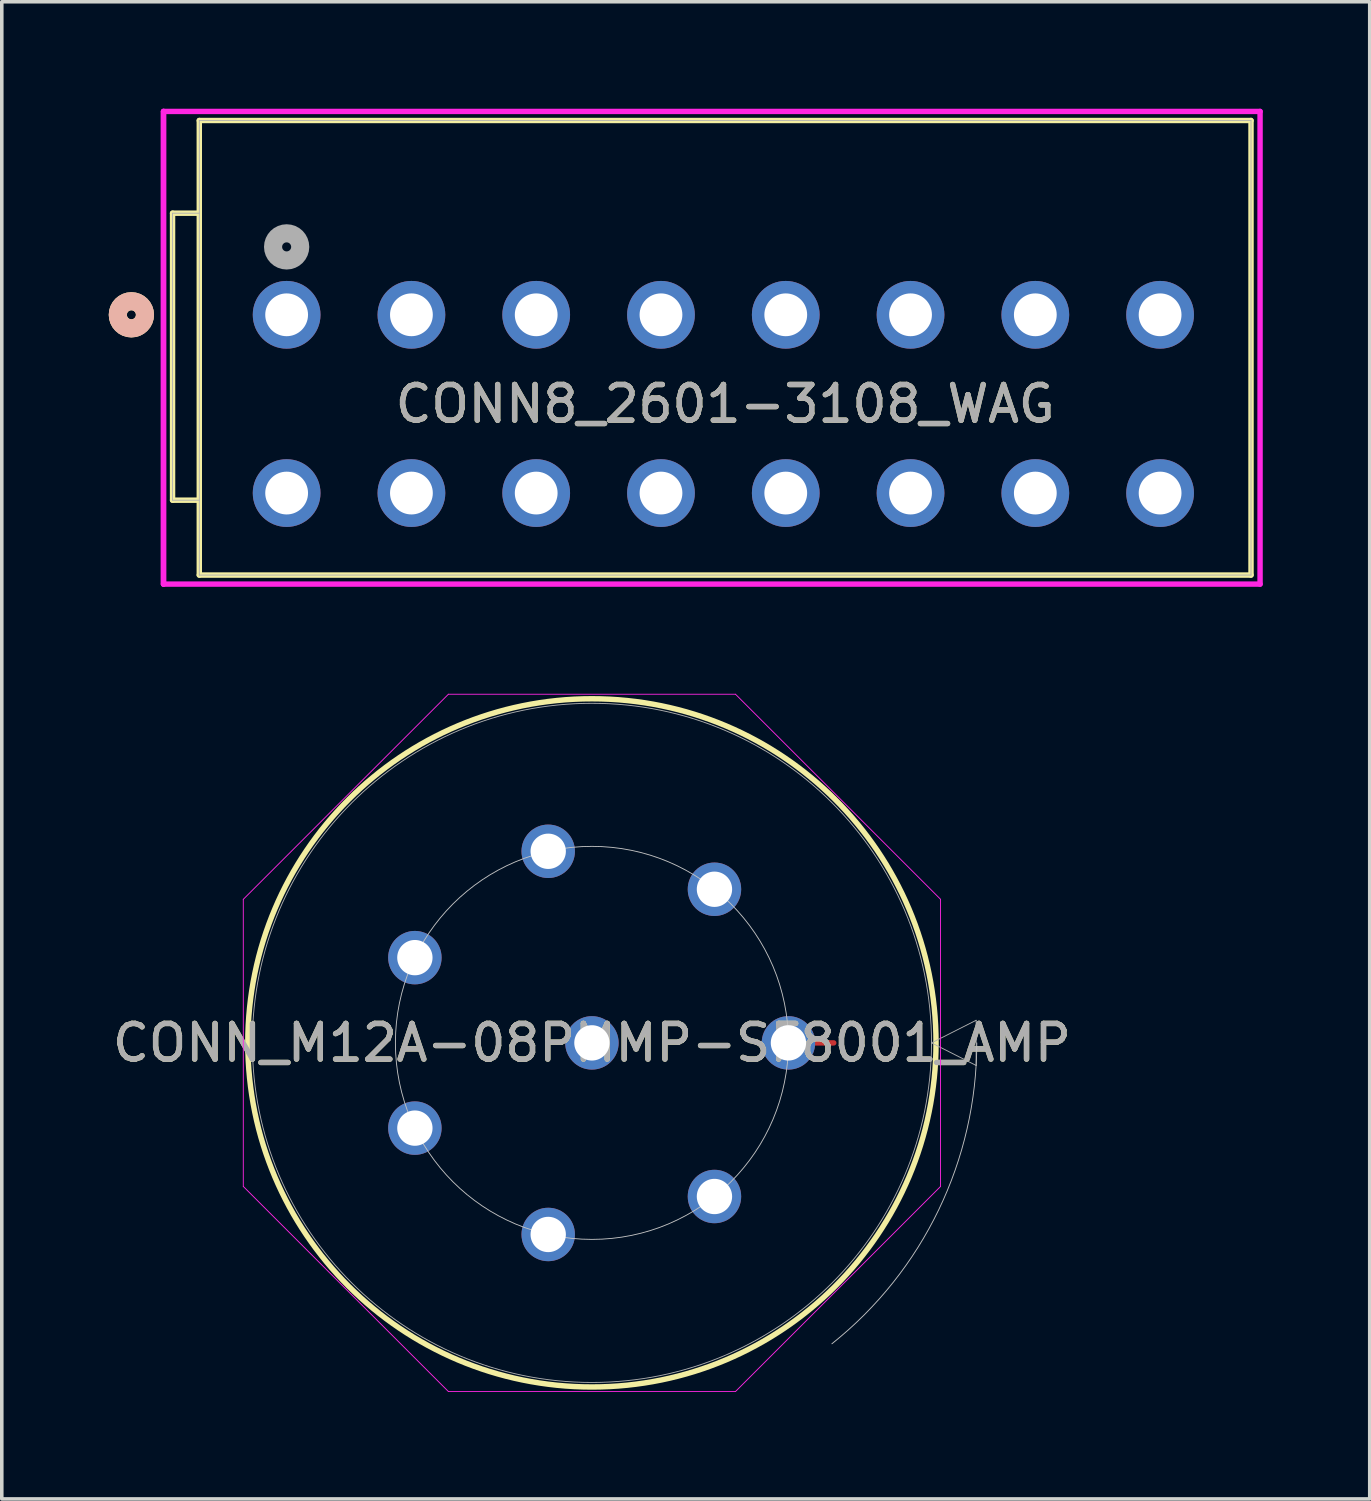
<source format=kicad_pcb>
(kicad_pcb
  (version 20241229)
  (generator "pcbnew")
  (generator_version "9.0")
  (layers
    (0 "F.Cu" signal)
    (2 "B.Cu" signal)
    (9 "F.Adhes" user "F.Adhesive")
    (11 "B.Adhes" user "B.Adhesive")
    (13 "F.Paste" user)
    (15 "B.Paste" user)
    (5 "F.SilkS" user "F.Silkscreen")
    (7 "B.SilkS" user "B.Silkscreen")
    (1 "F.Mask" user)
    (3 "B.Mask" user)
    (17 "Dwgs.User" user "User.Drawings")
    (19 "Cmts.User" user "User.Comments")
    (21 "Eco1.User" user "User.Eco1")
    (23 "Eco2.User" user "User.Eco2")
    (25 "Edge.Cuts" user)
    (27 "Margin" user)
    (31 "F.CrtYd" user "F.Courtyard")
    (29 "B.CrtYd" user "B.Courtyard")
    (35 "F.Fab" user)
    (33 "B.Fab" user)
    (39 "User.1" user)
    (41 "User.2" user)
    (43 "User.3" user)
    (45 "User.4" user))
  (footprint "CONN8_2601-3108_WAG"
    (layer "F.Cu")
    (at 4.99 5.78)
    (property "Reference" "CONN8_2601-3108_WAG" (at 12.3 2.5 0) (unlocked yes) (layer "F.SilkS") (effects (font (size 1 1) (thickness 0.15))))
    (attr through_hole)
    (fp_line (start -3.2 5.2) (end -3.2 -2.85) (stroke (width 0.152) (type solid)) (layer "F.SilkS"))
    (fp_line (start -2.45 -2.85) (end -3.2 -2.85) (stroke (width 0.152) (type solid)) (layer "F.SilkS"))
    (fp_line (start -2.45 5.2) (end -3.2 5.2) (stroke (width 0.152) (type solid)) (layer "F.SilkS"))
    (fp_line (start -2.45 -5.45) (end 27.05 -5.45) (stroke (width 0.152) (type solid)) (layer "F.SilkS"))
    (fp_line (start -2.45 7.3) (end -2.45 -5.45) (stroke (width 0.152) (type solid)) (layer "F.SilkS"))
    (fp_line (start -2.45 7.3) (end 27.05 7.3) (stroke (width 0.152) (type solid)) (layer "F.SilkS"))
    (fp_line (start 27.05 -5.45) (end 27.05 7.3) (stroke (width 0.152) (type solid)) (layer "F.SilkS"))
    (fp_circle (center -4.355 0) (end -3.974 0) (stroke (width 0.508) (type solid)) (fill no) (layer "F.SilkS"))
    (fp_circle (center -4.355 0) (end -3.974 0) (stroke (width 0.508) (type solid)) (fill no) (layer "B.SilkS"))
    (fp_line (start -3.454 -5.704) (end -3.454 7.554) (stroke (width 0.152) (type solid)) (layer "F.CrtYd"))
    (fp_line (start -3.454 -5.704) (end -3.454 7.554) (stroke (width 0.152) (type solid)) (layer "F.CrtYd"))
    (fp_line (start -3.454 7.554) (end 27.304 7.554) (stroke (width 0.152) (type solid)) (layer "F.CrtYd"))
    (fp_line (start 27.304 -5.704) (end -3.454 -5.704) (stroke (width 0.152) (type solid)) (layer "F.CrtYd"))
    (fp_line (start 27.304 7.554) (end 27.304 -5.704) (stroke (width 0.152) (type solid)) (layer "F.CrtYd"))
    (fp_line (start -3.2 5.2) (end -3.2 -2.85) (stroke (width 0.025) (type solid)) (layer "F.Fab"))
    (fp_line (start -2.45 -2.85) (end -3.2 -2.85) (stroke (width 0.025) (type solid)) (layer "F.Fab"))
    (fp_line (start -2.45 5.2) (end -3.2 5.2) (stroke (width 0.025) (type solid)) (layer "F.Fab"))
    (fp_line (start -2.45 -5.45) (end 27.05 -5.45) (stroke (width 0.025) (type solid)) (layer "F.Fab"))
    (fp_line (start -2.45 7.3) (end -2.45 -5.45) (stroke (width 0.025) (type solid)) (layer "F.Fab"))
    (fp_line (start -2.45 7.3) (end 27.05 7.3) (stroke (width 0.025) (type solid)) (layer "F.Fab"))
    (fp_line (start 27.05 -5.45) (end 27.05 7.3) (stroke (width 0.025) (type solid)) (layer "F.Fab"))
    (fp_circle (center 0 -1.905) (end 0.381 -1.905) (stroke (width 0.508) (type solid)) (fill no) (layer "F.Fab"))
    (fp_text user "${REFERENCE}" (at 12.3 2.5 0) (unlocked yes) (layer "F.Fab") (effects (font (size 1 1) (thickness 0.15))))
    (pad "1" thru_hole circle (at 0 0) (size 1.9 1.9) (drill 1.2) (layers "*.Cu" "*.Mask"))
    (pad "2" thru_hole circle (at 0 5) (size 1.9 1.9) (drill 1.2) (layers "*.Cu" "*.Mask"))
    (pad "3" thru_hole circle (at 3.5 0) (size 1.9 1.9) (drill 1.2) (layers "*.Cu" "*.Mask"))
    (pad "4" thru_hole circle (at 3.5 5) (size 1.9 1.9) (drill 1.2) (layers "*.Cu" "*.Mask"))
    (pad "5" thru_hole circle (at 7 0) (size 1.9 1.9) (drill 1.2) (layers "*.Cu" "*.Mask"))
    (pad "6" thru_hole circle (at 7 5) (size 1.9 1.9) (drill 1.2) (layers "*.Cu" "*.Mask"))
    (pad "7" thru_hole circle (at 10.5 0) (size 1.9 1.9) (drill 1.2) (layers "*.Cu" "*.Mask"))
    (pad "8" thru_hole circle (at 10.5 5) (size 1.9 1.9) (drill 1.2) (layers "*.Cu" "*.Mask"))
    (pad "9" thru_hole circle (at 14 0) (size 1.9 1.9) (drill 1.2) (layers "*.Cu" "*.Mask"))
    (pad "10" thru_hole circle (at 14 5) (size 1.9 1.9) (drill 1.2) (layers "*.Cu" "*.Mask"))
    (pad "11" thru_hole circle (at 17.5 0) (size 1.9 1.9) (drill 1.2) (layers "*.Cu" "*.Mask"))
    (pad "12" thru_hole circle (at 17.5 5) (size 1.9 1.9) (drill 1.2) (layers "*.Cu" "*.Mask"))
    (pad "13" thru_hole circle (at 21 0) (size 1.9 1.9) (drill 1.2) (layers "*.Cu" "*.Mask"))
    (pad "14" thru_hole circle (at 21 5) (size 1.9 1.9) (drill 1.2) (layers "*.Cu" "*.Mask"))
    (pad "15" thru_hole circle (at 24.5 0) (size 1.9 1.9) (drill 1.2) (layers "*.Cu" "*.Mask"))
    (pad "16" thru_hole circle (at 24.5 5) (size 1.9 1.9) (drill 1.2) (layers "*.Cu" "*.Mask")))
  (footprint "CONN_M12A-08PMMP-SF8001_AMP"
    (layer "F.Cu")
    (at 19.065 26.202)
    (property "Reference" "CONN_M12A-08PMMP-SF8001_AMP" (at -5.512 0 0) (unlocked yes) (layer "F.SilkS") (effects (font (size 1 1) (thickness 0.15))))
    (attr through_hole)
    (fp_line (start 0 0) (end 1.27 0) (stroke (width 0.152) (type solid)) (layer "F.Cu"))
    (fp_circle (center -5.512 0) (end 4.14 0) (stroke (width 0.152) (type solid)) (fill no) (layer "F.SilkS"))
    (fp_arc (start 5.2832 0) (mid 4.214159 4.683775) (end 1.218773 8.439871) (stroke (width 0.0254) (type solid)) (layer "Dwgs.User"))
    (fp_circle (center -5.512 0) (end 0 0) (stroke (width 0.025) (type solid)) (fill no) (layer "Dwgs.User"))
    (fp_line (start -15.291 -4.027) (end -9.538 -9.779) (stroke (width 0.025) (type solid)) (layer "F.CrtYd"))
    (fp_line (start -15.291 4.027) (end -15.291 -4.027) (stroke (width 0.025) (type solid)) (layer "F.CrtYd"))
    (fp_line (start -9.538 -9.779) (end -1.485 -9.779) (stroke (width 0.025) (type solid)) (layer "F.CrtYd"))
    (fp_line (start -9.538 9.779) (end -15.291 4.027) (stroke (width 0.025) (type solid)) (layer "F.CrtYd"))
    (fp_line (start -1.485 -9.779) (end 4.267 -4.027) (stroke (width 0.025) (type solid)) (layer "F.CrtYd"))
    (fp_line (start -1.485 9.779) (end -9.538 9.779) (stroke (width 0.025) (type solid)) (layer "F.CrtYd"))
    (fp_line (start 4.267 -4.027) (end 4.267 4.027) (stroke (width 0.025) (type solid)) (layer "F.CrtYd"))
    (fp_line (start 4.267 4.027) (end -1.485 9.779) (stroke (width 0.025) (type solid)) (layer "F.CrtYd"))
    (fp_line (start 4.013 0) (end 5.265 -0.634) (stroke (width 0.025) (type solid)) (layer "F.Fab"))
    (fp_line (start 5.265 -0.634) (end 5.265 0.634) (stroke (width 0.025) (type solid)) (layer "F.Fab"))
    (fp_line (start 5.265 0.634) (end 4.013 0) (stroke (width 0.025) (type solid)) (layer "F.Fab"))
    (fp_circle (center -5.512 0) (end 4.013 0) (stroke (width 0.025) (type solid)) (fill no) (layer "F.Fab"))
    (fp_text user "${REFERENCE}" (at -5.512 0 0) (unlocked yes) (layer "F.Fab") (effects (font (size 1 1) (thickness 0.15))))
    (pad "1" thru_hole circle (at 0 0) (size 1.499 1.499) (drill 0.991) (layers "*.Cu" "*.Mask"))
    (pad "2" thru_hole circle (at -2.075 -4.309 51.429) (size 1.499 1.499) (drill 0.991) (layers "*.Cu" "*.Mask"))
    (pad "3" thru_hole circle (at -6.738 -5.374 102.857) (size 1.499 1.499) (drill 0.991) (layers "*.Cu" "*.Mask"))
    (pad "4" thru_hole circle (at -10.478 -2.391 154.286) (size 1.499 1.499) (drill 0.991) (layers "*.Cu" "*.Mask"))
    (pad "5" thru_hole circle (at -10.478 2.391 205.714) (size 1.499 1.499) (drill 0.991) (layers "*.Cu" "*.Mask"))
    (pad "6" thru_hole circle (at -6.738 5.374 257.143) (size 1.499 1.499) (drill 0.991) (layers "*.Cu" "*.Mask"))
    (pad "7" thru_hole circle (at -2.075 4.309 308.571) (size 1.499 1.499) (drill 0.991) (layers "*.Cu" "*.Mask"))
    (pad "8" thru_hole circle (at -5.512 0) (size 1.499 1.499) (drill 0.991) (layers "*.Cu" "*.Mask")))
  (gr_rect
    (start -3 -3)
    (end 35.37 38.994)
    (stroke (width 0.1) (type default))
    (fill no)
    (layer "Edge.Cuts")))
</source>
